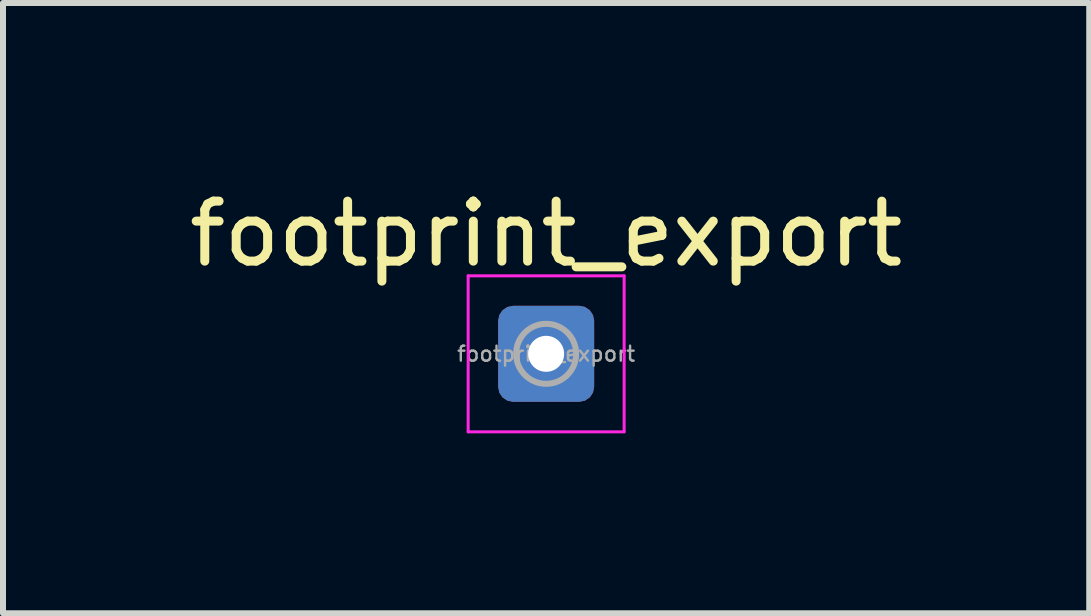
<source format=kicad_pcb>
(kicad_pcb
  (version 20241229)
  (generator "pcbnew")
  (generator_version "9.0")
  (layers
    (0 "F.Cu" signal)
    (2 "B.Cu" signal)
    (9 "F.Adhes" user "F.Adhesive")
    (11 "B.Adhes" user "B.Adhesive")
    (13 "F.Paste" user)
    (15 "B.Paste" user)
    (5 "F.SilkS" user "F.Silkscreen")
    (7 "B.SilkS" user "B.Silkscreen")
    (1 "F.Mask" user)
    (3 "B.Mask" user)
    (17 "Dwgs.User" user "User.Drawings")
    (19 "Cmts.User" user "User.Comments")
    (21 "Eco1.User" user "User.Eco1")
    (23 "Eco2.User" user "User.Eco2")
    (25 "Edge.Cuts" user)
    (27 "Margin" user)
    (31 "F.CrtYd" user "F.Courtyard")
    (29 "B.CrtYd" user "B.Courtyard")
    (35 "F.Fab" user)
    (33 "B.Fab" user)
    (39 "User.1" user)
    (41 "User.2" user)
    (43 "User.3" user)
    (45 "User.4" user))
  (footprint "footprint_export"
    (layer "F.Cu")
    (at 6.054 2.848)
    (property "Reference" "footprint_export" (at 0 -2 0) (layer "F.SilkS") (effects (font (size 1 1) (thickness 0.15))))
    (attr exclude_from_pos_files exclude_from_bom)
    (fp_line (start -1.3 -1.3) (end -1.3 1.3) (stroke (width 0.05) (type solid)) (layer "F.CrtYd"))
    (fp_line (start -1.3 1.3) (end 1.3 1.3) (stroke (width 0.05) (type solid)) (layer "F.CrtYd"))
    (fp_line (start 1.3 -1.3) (end -1.3 -1.3) (stroke (width 0.05) (type solid)) (layer "F.CrtYd"))
    (fp_line (start 1.3 1.3) (end 1.3 -1.3) (stroke (width 0.05) (type solid)) (layer "F.CrtYd"))
    (fp_circle (center 0 0) (end 0.5 0) (stroke (width 0.1) (type solid)) (fill no) (layer "F.Fab"))
    (fp_text user "${REFERENCE}" (at 0 0 0) (layer "F.Fab") (effects (font (size 0.25 0.25) (thickness 0.04))))
    (pad "1" thru_hole roundrect (at 0 0) (size 1.6 1.6) (drill 0.6) (layers "*.Cu" "*.Mask") (roundrect_rratio 0.156)))
  (gr_rect
    (start -3 -3)
    (end 15.107 7.173)
    (stroke (width 0.1) (type default))
    (fill no)
    (layer "Edge.Cuts")))
</source>
